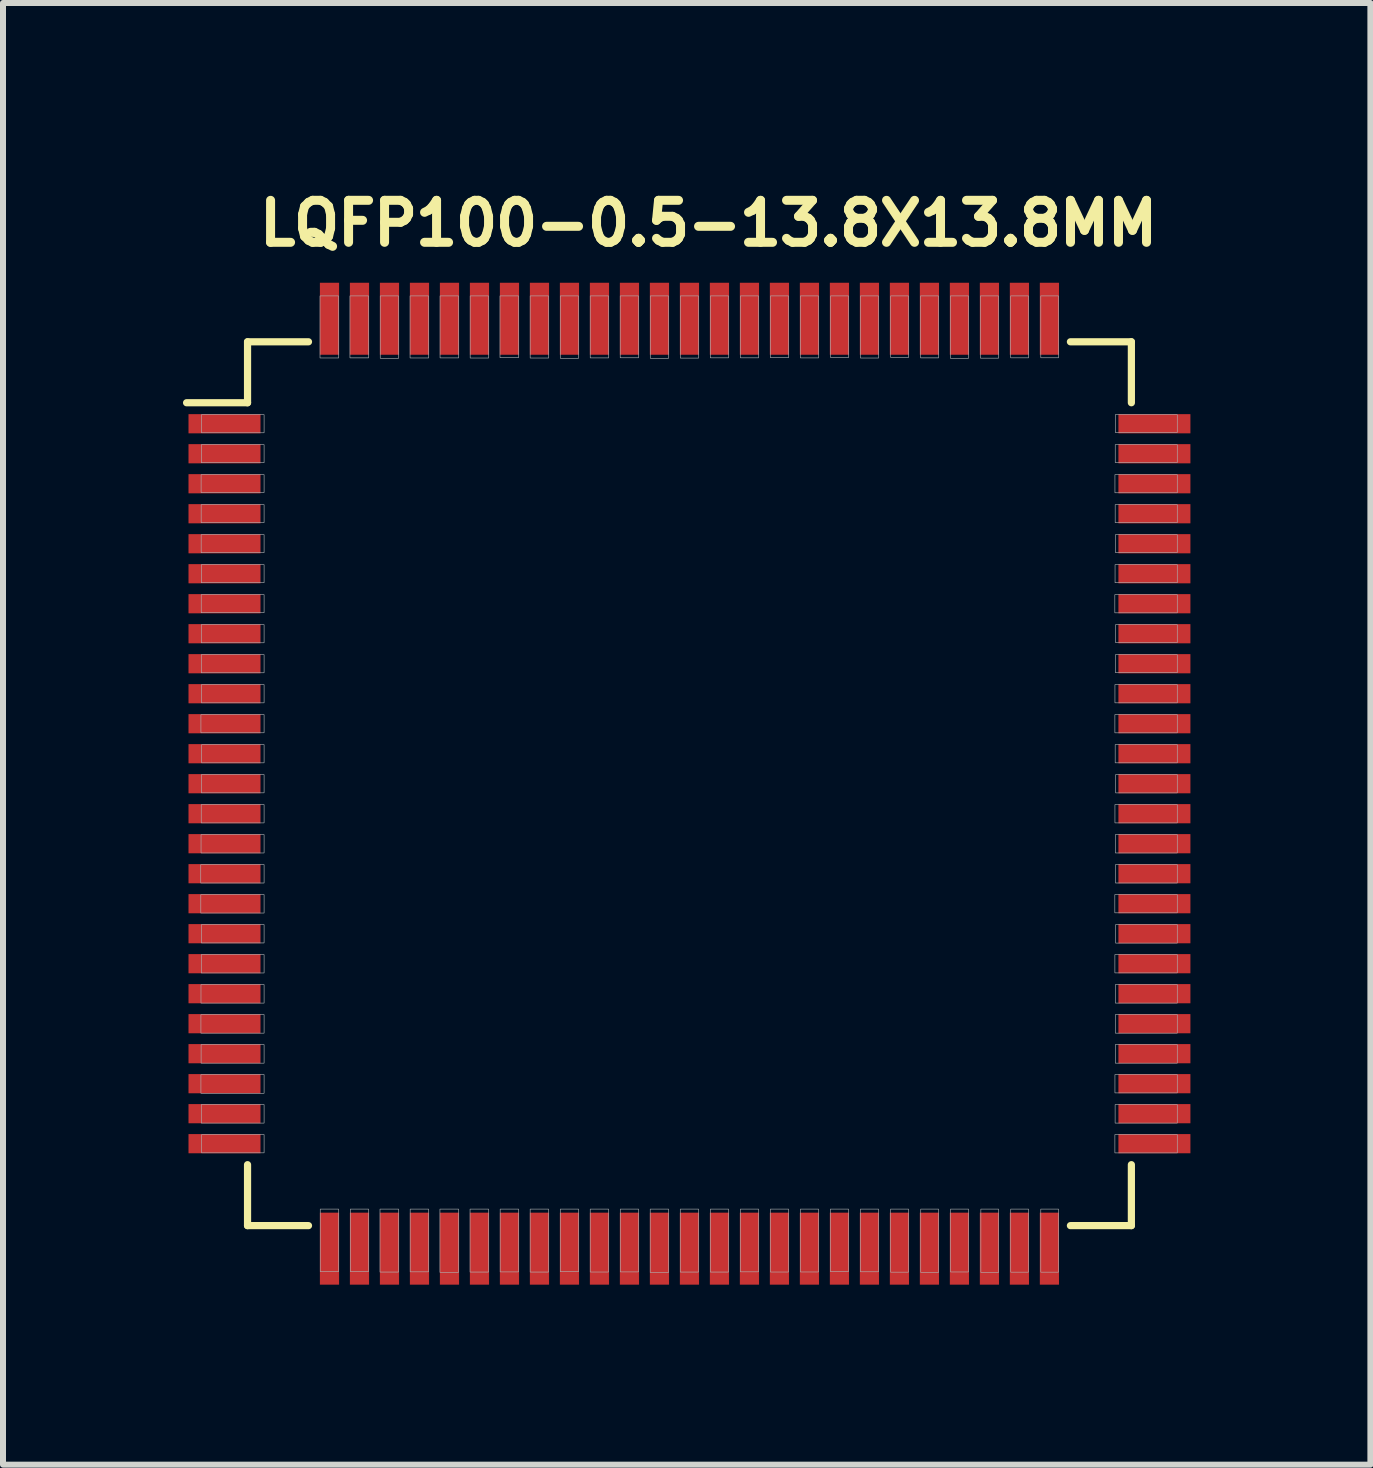
<source format=kicad_pcb>
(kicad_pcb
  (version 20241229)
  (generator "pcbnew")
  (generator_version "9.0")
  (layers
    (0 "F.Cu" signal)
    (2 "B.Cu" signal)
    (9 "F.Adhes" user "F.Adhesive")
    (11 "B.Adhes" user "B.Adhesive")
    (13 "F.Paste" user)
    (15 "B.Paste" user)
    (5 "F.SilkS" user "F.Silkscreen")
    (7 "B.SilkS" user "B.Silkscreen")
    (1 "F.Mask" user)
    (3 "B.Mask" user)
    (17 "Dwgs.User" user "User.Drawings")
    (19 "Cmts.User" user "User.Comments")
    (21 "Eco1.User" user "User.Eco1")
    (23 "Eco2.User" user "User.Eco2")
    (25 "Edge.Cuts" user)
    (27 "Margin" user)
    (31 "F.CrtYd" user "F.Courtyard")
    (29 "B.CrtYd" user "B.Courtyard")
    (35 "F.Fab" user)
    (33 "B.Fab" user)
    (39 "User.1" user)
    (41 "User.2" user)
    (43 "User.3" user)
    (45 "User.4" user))
  (footprint "LQFP100-0.5-13.8X13.8MM"
    (layer "F.Cu")
    (at 8.442 10.013)
    (property "Reference" "LQFP100-0.5-13.8X13.8MM" (at 0.318 -9.34 0) (layer "F.SilkS") (effects (font (size 0.7 0.7) (thickness 0.15))))
    (attr through_hole)
    (fp_line (start -7.366 -7.366) (end -7.366 -6.35) (stroke (width 0.12) (type solid)) (layer "F.SilkS"))
    (fp_line (start -7.366 -6.35) (end -8.382 -6.35) (stroke (width 0.12) (type solid)) (layer "F.SilkS"))
    (fp_line (start -7.366 6.35) (end -7.366 7.366) (stroke (width 0.12) (type solid)) (layer "F.SilkS"))
    (fp_line (start -6.35 -7.366) (end -7.366 -7.366) (stroke (width 0.12) (type solid)) (layer "F.SilkS"))
    (fp_line (start -6.35 7.366) (end -7.366 7.366) (stroke (width 0.12) (type solid)) (layer "F.SilkS"))
    (fp_line (start 6.35 7.366) (end 7.366 7.366) (stroke (width 0.12) (type solid)) (layer "F.SilkS"))
    (fp_line (start 7.366 -7.366) (end 6.35 -7.366) (stroke (width 0.12) (type solid)) (layer "F.SilkS"))
    (fp_line (start 7.366 -6.35) (end 7.366 -7.366) (stroke (width 0.12) (type solid)) (layer "F.SilkS"))
    (fp_line (start 7.366 7.366) (end 7.366 6.35) (stroke (width 0.12) (type solid)) (layer "F.SilkS"))
    (fp_poly (pts (xy -8.146 1.348) (xy -7.09 1.348) (xy -7.09 1.655) (xy -8.146 1.655)) (stroke (width 0.01) (type solid)) (fill no) (layer "F.Fab"))
    (fp_poly (pts (xy -8.145 1.848) (xy -7.09 1.848) (xy -7.09 2.156) (xy -8.145 2.156)) (stroke (width 0.01) (type solid)) (fill no) (layer "F.Fab"))
    (fp_poly (pts (xy -8.143 -1.152) (xy -7.09 -1.152) (xy -7.09 -0.849) (xy -8.143 -0.849)) (stroke (width 0.01) (type solid)) (fill no) (layer "F.Fab"))
    (fp_poly (pts (xy -8.143 4.848) (xy -7.09 4.848) (xy -7.09 5.16) (xy -8.143 5.16)) (stroke (width 0.01) (type solid)) (fill no) (layer "F.Fab"))
    (fp_poly (pts (xy -8.143 3.848) (xy -7.09 3.848) (xy -7.09 4.158) (xy -8.143 4.158)) (stroke (width 0.01) (type solid)) (fill no) (layer "F.Fab"))
    (fp_poly (pts (xy -8.142 3.348) (xy -7.09 3.348) (xy -7.09 3.657) (xy -8.142 3.657)) (stroke (width 0.01) (type solid)) (fill no) (layer "F.Fab"))
    (fp_poly (pts (xy -8.141 0.848) (xy -7.09 0.848) (xy -7.09 1.154) (xy -8.141 1.154)) (stroke (width 0.01) (type solid)) (fill no) (layer "F.Fab"))
    (fp_poly (pts (xy -8.14 -5.152) (xy -7.09 -5.152) (xy -7.09 -4.853) (xy -8.14 -4.853)) (stroke (width 0.01) (type solid)) (fill no) (layer "F.Fab"))
    (fp_poly (pts (xy -8.14 4.348) (xy -7.09 4.348) (xy -7.09 4.658) (xy -8.14 4.658)) (stroke (width 0.01) (type solid)) (fill no) (layer "F.Fab"))
    (fp_poly (pts (xy -8.139 -4.652) (xy -7.09 -4.652) (xy -7.09 -4.352) (xy -8.139 -4.352)) (stroke (width 0.01) (type solid)) (fill no) (layer "F.Fab"))
    (fp_poly (pts (xy -8.139 -4.152) (xy -7.09 -4.152) (xy -7.09 -3.851) (xy -8.139 -3.851)) (stroke (width 0.01) (type solid)) (fill no) (layer "F.Fab"))
    (fp_poly (pts (xy -8.138 -3.152) (xy -7.09 -3.152) (xy -7.09 -2.85) (xy -8.138 -2.85)) (stroke (width 0.01) (type solid)) (fill no) (layer "F.Fab"))
    (fp_poly (pts (xy -8.138 0.348) (xy -7.09 0.348) (xy -7.09 0.653) (xy -8.138 0.653)) (stroke (width 0.01) (type solid)) (fill no) (layer "F.Fab"))
    (fp_poly (pts (xy -8.137 5.348) (xy -7.09 5.348) (xy -7.09 5.657) (xy -8.137 5.657)) (stroke (width 0.01) (type solid)) (fill no) (layer "F.Fab"))
    (fp_poly (pts (xy -8.137 2.848) (xy -7.09 2.848) (xy -7.09 3.155) (xy -8.137 3.155)) (stroke (width 0.01) (type solid)) (fill no) (layer "F.Fab"))
    (fp_poly (pts (xy -8.137 -2.152) (xy -7.09 -2.152) (xy -7.09 -1.849) (xy -8.137 -1.849)) (stroke (width 0.01) (type solid)) (fill no) (layer "F.Fab"))
    (fp_poly (pts (xy -8.137 -2.652) (xy -7.09 -2.652) (xy -7.09 -2.349) (xy -8.137 -2.349)) (stroke (width 0.01) (type solid)) (fill no) (layer "F.Fab"))
    (fp_poly (pts (xy -8.136 -5.652) (xy -7.09 -5.652) (xy -7.09 -5.351) (xy -8.136 -5.351)) (stroke (width 0.01) (type solid)) (fill no) (layer "F.Fab"))
    (fp_poly (pts (xy -8.136 -3.652) (xy -7.09 -3.652) (xy -7.09 -3.35) (xy -8.136 -3.35)) (stroke (width 0.01) (type solid)) (fill no) (layer "F.Fab"))
    (fp_poly (pts (xy -8.135 2.348) (xy -7.09 2.348) (xy -7.09 2.654) (xy -8.135 2.654)) (stroke (width 0.01) (type solid)) (fill no) (layer "F.Fab"))
    (fp_poly (pts (xy -8.135 -0.152) (xy -7.09 -0.152) (xy -7.09 0.152) (xy -8.135 0.152)) (stroke (width 0.01) (type solid)) (fill no) (layer "F.Fab"))
    (fp_poly (pts (xy -8.134 -6.152) (xy -7.09 -6.152) (xy -7.09 -5.85) (xy -8.134 -5.85)) (stroke (width 0.01) (type solid)) (fill no) (layer "F.Fab"))
    (fp_poly (pts (xy -8.134 -1.652) (xy -7.09 -1.652) (xy -7.09 -1.348) (xy -8.134 -1.348)) (stroke (width 0.01) (type solid)) (fill no) (layer "F.Fab"))
    (fp_poly (pts (xy -8.132 5.848) (xy -7.09 5.848) (xy -7.09 6.153) (xy -8.132 6.153)) (stroke (width 0.01) (type solid)) (fill no) (layer "F.Fab"))
    (fp_poly (pts (xy -8.131 -0.652) (xy -7.09 -0.652) (xy -7.09 -0.348) (xy -8.131 -0.348)) (stroke (width 0.01) (type solid)) (fill no) (layer "F.Fab"))
    (fp_poly (pts (xy -6.158 -8.131) (xy -5.848 -8.131) (xy -5.848 -7.096) (xy -6.158 -7.096)) (stroke (width 0.01) (type solid)) (fill no) (layer "F.Fab"))
    (fp_poly (pts (xy -6.154 7.09) (xy -5.848 7.09) (xy -5.848 8.133) (xy -6.154 8.133)) (stroke (width 0.01) (type solid)) (fill no) (layer "F.Fab"))
    (fp_poly (pts (xy -5.659 -8.131) (xy -5.348 -8.131) (xy -5.348 -7.098) (xy -5.659 -7.098)) (stroke (width 0.01) (type solid)) (fill no) (layer "F.Fab"))
    (fp_poly (pts (xy -5.653 7.09) (xy -5.348 7.09) (xy -5.348 8.132) (xy -5.653 8.132)) (stroke (width 0.01) (type solid)) (fill no) (layer "F.Fab"))
    (fp_poly (pts (xy -5.158 7.09) (xy -4.848 7.09) (xy -4.848 8.14) (xy -5.158 8.14)) (stroke (width 0.01) (type solid)) (fill no) (layer "F.Fab"))
    (fp_poly (pts (xy -5.154 -8.131) (xy -4.848 -8.131) (xy -4.848 -7.091) (xy -5.154 -7.091)) (stroke (width 0.01) (type solid)) (fill no) (layer "F.Fab"))
    (fp_poly (pts (xy -4.657 -8.131) (xy -4.348 -8.131) (xy -4.348 -7.096) (xy -4.657 -7.096)) (stroke (width 0.01) (type solid)) (fill no) (layer "F.Fab"))
    (fp_poly (pts (xy -4.655 7.09) (xy -4.348 7.09) (xy -4.348 8.136) (xy -4.655 8.136)) (stroke (width 0.01) (type solid)) (fill no) (layer "F.Fab"))
    (fp_poly (pts (xy -4.159 7.09) (xy -3.848 7.09) (xy -3.848 8.145) (xy -4.159 8.145)) (stroke (width 0.01) (type solid)) (fill no) (layer "F.Fab"))
    (fp_poly (pts (xy -4.157 -8.131) (xy -3.848 -8.131) (xy -3.848 -7.097) (xy -4.157 -7.097)) (stroke (width 0.01) (type solid)) (fill no) (layer "F.Fab"))
    (fp_poly (pts (xy -3.657 7.09) (xy -3.348 7.09) (xy -3.348 8.14) (xy -3.657 8.14)) (stroke (width 0.01) (type solid)) (fill no) (layer "F.Fab"))
    (fp_poly (pts (xy -3.655 -8.131) (xy -3.348 -8.131) (xy -3.348 -7.095) (xy -3.655 -7.095)) (stroke (width 0.01) (type solid)) (fill no) (layer "F.Fab"))
    (fp_poly (pts (xy -3.158 -8.131) (xy -2.848 -8.131) (xy -2.848 -7.102) (xy -3.158 -7.102)) (stroke (width 0.01) (type solid)) (fill no) (layer "F.Fab"))
    (fp_poly (pts (xy -3.155 7.09) (xy -2.848 7.09) (xy -2.848 8.137) (xy -3.155 8.137)) (stroke (width 0.01) (type solid)) (fill no) (layer "F.Fab"))
    (fp_poly (pts (xy -2.655 7.09) (xy -2.348 7.09) (xy -2.348 8.14) (xy -2.655 8.14)) (stroke (width 0.01) (type solid)) (fill no) (layer "F.Fab"))
    (fp_poly (pts (xy -2.655 -8.131) (xy -2.348 -8.131) (xy -2.348 -7.095) (xy -2.655 -7.095)) (stroke (width 0.01) (type solid)) (fill no) (layer "F.Fab"))
    (fp_poly (pts (xy -2.153 7.09) (xy -1.848 7.09) (xy -1.848 8.134) (xy -2.153 8.134)) (stroke (width 0.01) (type solid)) (fill no) (layer "F.Fab"))
    (fp_poly (pts (xy -2.153 -8.131) (xy -1.848 -8.131) (xy -1.848 -7.091) (xy -2.153 -7.091)) (stroke (width 0.01) (type solid)) (fill no) (layer "F.Fab"))
    (fp_poly (pts (xy -1.654 7.09) (xy -1.348 7.09) (xy -1.348 8.139) (xy -1.654 8.139)) (stroke (width 0.01) (type solid)) (fill no) (layer "F.Fab"))
    (fp_poly (pts (xy -1.654 -8.131) (xy -1.348 -8.131) (xy -1.348 -7.097) (xy -1.654 -7.097)) (stroke (width 0.01) (type solid)) (fill no) (layer "F.Fab"))
    (fp_poly (pts (xy -1.154 -8.131) (xy -0.848 -8.131) (xy -0.848 -7.1) (xy -1.154 -7.1)) (stroke (width 0.01) (type solid)) (fill no) (layer "F.Fab"))
    (fp_poly (pts (xy -1.153 7.09) (xy -0.848 7.09) (xy -0.848 8.137) (xy -1.153 8.137)) (stroke (width 0.01) (type solid)) (fill no) (layer "F.Fab"))
    (fp_poly (pts (xy -0.654 7.09) (xy -0.348 7.09) (xy -0.348 8.147) (xy -0.654 8.147)) (stroke (width 0.01) (type solid)) (fill no) (layer "F.Fab"))
    (fp_poly (pts (xy -0.653 -8.131) (xy -0.348 -8.131) (xy -0.348 -7.091) (xy -0.653 -7.091)) (stroke (width 0.01) (type solid)) (fill no) (layer "F.Fab"))
    (fp_poly (pts (xy -0.153 7.09) (xy 0.152 7.09) (xy 0.152 8.14) (xy -0.153 8.14)) (stroke (width 0.01) (type solid)) (fill no) (layer "F.Fab"))
    (fp_poly (pts (xy -0.152 -8.131) (xy 0.152 -8.131) (xy 0.152 -7.094) (xy -0.152 -7.094)) (stroke (width 0.01) (type solid)) (fill no) (layer "F.Fab"))
    (fp_poly (pts (xy 0.348 7.09) (xy 0.652 7.09) (xy 0.652 8.14) (xy 0.348 8.14)) (stroke (width 0.01) (type solid)) (fill no) (layer "F.Fab"))
    (fp_poly (pts (xy 0.348 -8.131) (xy 0.652 -8.131) (xy 0.652 -7.099) (xy 0.348 -7.099)) (stroke (width 0.01) (type solid)) (fill no) (layer "F.Fab"))
    (fp_poly (pts (xy 0.848 7.09) (xy 1.152 7.09) (xy 1.152 8.136) (xy 0.848 8.136)) (stroke (width 0.01) (type solid)) (fill no) (layer "F.Fab"))
    (fp_poly (pts (xy 0.849 -8.131) (xy 1.152 -8.131) (xy 1.152 -7.099) (xy 0.849 -7.099)) (stroke (width 0.01) (type solid)) (fill no) (layer "F.Fab"))
    (fp_poly (pts (xy 1.349 7.09) (xy 1.652 7.09) (xy 1.652 8.139) (xy 1.349 8.139)) (stroke (width 0.01) (type solid)) (fill no) (layer "F.Fab"))
    (fp_poly (pts (xy 1.35 -8.131) (xy 1.652 -8.131) (xy 1.652 -7.101) (xy 1.35 -7.101)) (stroke (width 0.01) (type solid)) (fill no) (layer "F.Fab"))
    (fp_poly (pts (xy 1.849 7.09) (xy 2.152 7.09) (xy 2.152 8.138) (xy 1.849 8.138)) (stroke (width 0.01) (type solid)) (fill no) (layer "F.Fab"))
    (fp_poly (pts (xy 1.849 -8.131) (xy 2.152 -8.131) (xy 2.152 -7.097) (xy 1.849 -7.097)) (stroke (width 0.01) (type solid)) (fill no) (layer "F.Fab"))
    (fp_poly (pts (xy 2.348 7.09) (xy 2.652 7.09) (xy 2.652 8.132) (xy 2.348 8.132)) (stroke (width 0.01) (type solid)) (fill no) (layer "F.Fab"))
    (fp_poly (pts (xy 2.352 -8.131) (xy 2.652 -8.131) (xy 2.652 -7.103) (xy 2.352 -7.103)) (stroke (width 0.01) (type solid)) (fill no) (layer "F.Fab"))
    (fp_poly (pts (xy 2.849 7.09) (xy 3.152 7.09) (xy 3.152 8.135) (xy 2.849 8.135)) (stroke (width 0.01) (type solid)) (fill no) (layer "F.Fab"))
    (fp_poly (pts (xy 2.85 -8.131) (xy 3.152 -8.131) (xy 3.152 -7.095) (xy 2.85 -7.095)) (stroke (width 0.01) (type solid)) (fill no) (layer "F.Fab"))
    (fp_poly (pts (xy 3.352 7.09) (xy 3.652 7.09) (xy 3.652 8.142) (xy 3.352 8.142)) (stroke (width 0.01) (type solid)) (fill no) (layer "F.Fab"))
    (fp_poly (pts (xy 3.354 -8.131) (xy 3.652 -8.131) (xy 3.652 -7.104) (xy 3.354 -7.104)) (stroke (width 0.01) (type solid)) (fill no) (layer "F.Fab"))
    (fp_poly (pts (xy 3.852 -8.131) (xy 4.152 -8.131) (xy 4.152 -7.098) (xy 3.852 -7.098)) (stroke (width 0.01) (type solid)) (fill no) (layer "F.Fab"))
    (fp_poly (pts (xy 3.855 7.09) (xy 4.152 7.09) (xy 4.152 8.147) (xy 3.855 8.147)) (stroke (width 0.01) (type solid)) (fill no) (layer "F.Fab"))
    (fp_poly (pts (xy 4.349 -8.131) (xy 4.652 -8.131) (xy 4.652 -7.091) (xy 4.349 -7.091)) (stroke (width 0.01) (type solid)) (fill no) (layer "F.Fab"))
    (fp_poly (pts (xy 4.351 7.09) (xy 4.652 7.09) (xy 4.652 8.138) (xy 4.351 8.138)) (stroke (width 0.01) (type solid)) (fill no) (layer "F.Fab"))
    (fp_poly (pts (xy 4.85 -8.131) (xy 5.152 -8.131) (xy 5.152 -7.093) (xy 4.85 -7.093)) (stroke (width 0.01) (type solid)) (fill no) (layer "F.Fab"))
    (fp_poly (pts (xy 4.857 7.09) (xy 5.152 7.09) (xy 5.152 8.147) (xy 4.857 8.147)) (stroke (width 0.01) (type solid)) (fill no) (layer "F.Fab"))
    (fp_poly (pts (xy 5.354 -8.131) (xy 5.652 -8.131) (xy 5.652 -7.099) (xy 5.354 -7.099)) (stroke (width 0.01) (type solid)) (fill no) (layer "F.Fab"))
    (fp_poly (pts (xy 5.355 7.09) (xy 5.652 7.09) (xy 5.652 8.142) (xy 5.355 8.142)) (stroke (width 0.01) (type solid)) (fill no) (layer "F.Fab"))
    (fp_poly (pts (xy 5.856 7.09) (xy 6.152 7.09) (xy 6.152 8.142) (xy 5.856 8.142)) (stroke (width 0.01) (type solid)) (fill no) (layer "F.Fab"))
    (fp_poly (pts (xy 5.856 -8.131) (xy 6.152 -8.131) (xy 6.152 -7.1) (xy 5.856 -7.1)) (stroke (width 0.01) (type solid)) (fill no) (layer "F.Fab"))
    (fp_poly (pts (xy 7.09 1.848) (xy 8.131 1.848) (xy 8.131 2.152) (xy 7.09 2.152)) (stroke (width 0.01) (type solid)) (fill no) (layer "F.Fab"))
    (fp_poly (pts (xy 7.09 -3.152) (xy 8.131 -3.152) (xy 8.131 -2.848) (xy 7.09 -2.848)) (stroke (width 0.01) (type solid)) (fill no) (layer "F.Fab"))
    (fp_poly (pts (xy 7.091 -1.152) (xy 8.131 -1.152) (xy 8.131 -0.848) (xy 7.091 -0.848)) (stroke (width 0.01) (type solid)) (fill no) (layer "F.Fab"))
    (fp_poly (pts (xy 7.091 5.848) (xy 8.131 5.848) (xy 8.131 6.154) (xy 7.091 6.154)) (stroke (width 0.01) (type solid)) (fill no) (layer "F.Fab"))
    (fp_poly (pts (xy 7.091 2.848) (xy 8.131 2.848) (xy 8.131 3.153) (xy 7.091 3.153)) (stroke (width 0.01) (type solid)) (fill no) (layer "F.Fab"))
    (fp_poly (pts (xy 7.092 4.848) (xy 8.131 4.848) (xy 8.131 5.154) (xy 7.092 5.154)) (stroke (width 0.01) (type solid)) (fill no) (layer "F.Fab"))
    (fp_poly (pts (xy 7.092 0.348) (xy 8.131 0.348) (xy 8.131 0.653) (xy 7.092 0.653)) (stroke (width 0.01) (type solid)) (fill no) (layer "F.Fab"))
    (fp_poly (pts (xy 7.092 -5.152) (xy 8.131 -5.152) (xy 8.131 -4.849) (xy 7.092 -4.849)) (stroke (width 0.01) (type solid)) (fill no) (layer "F.Fab"))
    (fp_poly (pts (xy 7.092 -1.652) (xy 8.131 -1.652) (xy 8.131 -1.348) (xy 7.092 -1.348)) (stroke (width 0.01) (type solid)) (fill no) (layer "F.Fab"))
    (fp_poly (pts (xy 7.094 -3.652) (xy 8.131 -3.652) (xy 8.131 -3.35) (xy 7.094 -3.35)) (stroke (width 0.01) (type solid)) (fill no) (layer "F.Fab"))
    (fp_poly (pts (xy 7.095 5.348) (xy 8.131 5.348) (xy 8.131 5.657) (xy 7.095 5.657)) (stroke (width 0.01) (type solid)) (fill no) (layer "F.Fab"))
    (fp_poly (pts (xy 7.096 -0.652) (xy 8.131 -0.652) (xy 8.131 -0.348) (xy 7.096 -0.348)) (stroke (width 0.01) (type solid)) (fill no) (layer "F.Fab"))
    (fp_poly (pts (xy 7.096 -4.652) (xy 8.131 -4.652) (xy 8.131 -4.352) (xy 7.096 -4.352)) (stroke (width 0.01) (type solid)) (fill no) (layer "F.Fab"))
    (fp_poly (pts (xy 7.097 -5.652) (xy 8.131 -5.652) (xy 8.131 -5.353) (xy 7.097 -5.353)) (stroke (width 0.01) (type solid)) (fill no) (layer "F.Fab"))
    (fp_poly (pts (xy 7.098 -6.152) (xy 8.131 -6.152) (xy 8.131 -5.854) (xy 7.098 -5.854)) (stroke (width 0.01) (type solid)) (fill no) (layer "F.Fab"))
    (fp_poly (pts (xy 7.098 4.348) (xy 8.131 4.348) (xy 8.131 4.658) (xy 7.098 4.658)) (stroke (width 0.01) (type solid)) (fill no) (layer "F.Fab"))
    (fp_poly (pts (xy 7.099 0.848) (xy 8.131 0.848) (xy 8.131 1.154) (xy 7.099 1.154)) (stroke (width 0.01) (type solid)) (fill no) (layer "F.Fab"))
    (fp_poly (pts (xy 7.099 3.348) (xy 8.131 3.348) (xy 8.131 3.657) (xy 7.099 3.657)) (stroke (width 0.01) (type solid)) (fill no) (layer "F.Fab"))
    (fp_poly (pts (xy 7.099 3.848) (xy 8.131 3.848) (xy 8.131 4.158) (xy 7.099 4.158)) (stroke (width 0.01) (type solid)) (fill no) (layer "F.Fab"))
    (fp_poly (pts (xy 7.1 -2.152) (xy 8.131 -2.152) (xy 8.131 -1.85) (xy 7.1 -1.85)) (stroke (width 0.01) (type solid)) (fill no) (layer "F.Fab"))
    (fp_poly (pts (xy 7.1 -4.152) (xy 8.131 -4.152) (xy 8.131 -3.853) (xy 7.1 -3.853)) (stroke (width 0.01) (type solid)) (fill no) (layer "F.Fab"))
    (fp_poly (pts (xy 7.101 1.348) (xy 8.131 1.348) (xy 8.131 1.655) (xy 7.101 1.655)) (stroke (width 0.01) (type solid)) (fill no) (layer "F.Fab"))
    (fp_poly (pts (xy 7.102 -2.652) (xy 8.131 -2.652) (xy 8.131 -2.352) (xy 7.102 -2.352)) (stroke (width 0.01) (type solid)) (fill no) (layer "F.Fab"))
    (fp_poly (pts (xy 7.103 2.348) (xy 8.131 2.348) (xy 8.131 2.657) (xy 7.103 2.657)) (stroke (width 0.01) (type solid)) (fill no) (layer "F.Fab"))
    (fp_poly (pts (xy 7.103 -0.152) (xy 8.131 -0.152) (xy 8.131 0.153) (xy 7.103 0.153)) (stroke (width 0.01) (type solid)) (fill no) (layer "F.Fab"))
    (pad "1" smd rect (at -7.75 -6) (size 1.2 0.32) (layers "F.Cu" "F.Mask" "F.Paste"))
    (pad "2" smd rect (at -7.75 -5.5) (size 1.2 0.32) (layers "F.Cu" "F.Mask" "F.Paste"))
    (pad "3" smd rect (at -7.75 -5) (size 1.2 0.32) (layers "F.Cu" "F.Mask" "F.Paste"))
    (pad "4" smd rect (at -7.75 -4.5) (size 1.2 0.32) (layers "F.Cu" "F.Mask" "F.Paste"))
    (pad "5" smd rect (at -7.75 -4) (size 1.2 0.32) (layers "F.Cu" "F.Mask" "F.Paste"))
    (pad "6" smd rect (at -7.75 -3.5) (size 1.2 0.32) (layers "F.Cu" "F.Mask" "F.Paste"))
    (pad "7" smd rect (at -7.75 -3) (size 1.2 0.32) (layers "F.Cu" "F.Mask" "F.Paste"))
    (pad "8" smd rect (at -7.75 -2.5) (size 1.2 0.32) (layers "F.Cu" "F.Mask" "F.Paste"))
    (pad "9" smd rect (at -7.75 -2) (size 1.2 0.32) (layers "F.Cu" "F.Mask" "F.Paste"))
    (pad "10" smd rect (at -7.75 -1.5) (size 1.2 0.32) (layers "F.Cu" "F.Mask" "F.Paste"))
    (pad "11" smd rect (at -7.75 -1) (size 1.2 0.32) (layers "F.Cu" "F.Mask" "F.Paste"))
    (pad "12" smd rect (at -7.75 -0.5) (size 1.2 0.32) (layers "F.Cu" "F.Mask" "F.Paste"))
    (pad "13" smd rect (at -7.75 0) (size 1.2 0.32) (layers "F.Cu" "F.Mask" "F.Paste"))
    (pad "14" smd rect (at -7.75 0.5) (size 1.2 0.32) (layers "F.Cu" "F.Mask" "F.Paste"))
    (pad "15" smd rect (at -7.75 1) (size 1.2 0.32) (layers "F.Cu" "F.Mask" "F.Paste"))
    (pad "16" smd rect (at -7.75 1.5) (size 1.2 0.32) (layers "F.Cu" "F.Mask" "F.Paste"))
    (pad "17" smd rect (at -7.75 2) (size 1.2 0.32) (layers "F.Cu" "F.Mask" "F.Paste"))
    (pad "18" smd rect (at -7.75 2.5) (size 1.2 0.32) (layers "F.Cu" "F.Mask" "F.Paste"))
    (pad "19" smd rect (at -7.75 3) (size 1.2 0.32) (layers "F.Cu" "F.Mask" "F.Paste"))
    (pad "20" smd rect (at -7.75 3.5) (size 1.2 0.32) (layers "F.Cu" "F.Mask" "F.Paste"))
    (pad "21" smd rect (at -7.75 4) (size 1.2 0.32) (layers "F.Cu" "F.Mask" "F.Paste"))
    (pad "22" smd rect (at -7.75 4.5) (size 1.2 0.32) (layers "F.Cu" "F.Mask" "F.Paste"))
    (pad "23" smd rect (at -7.75 5) (size 1.2 0.32) (layers "F.Cu" "F.Mask" "F.Paste"))
    (pad "24" smd rect (at -7.75 5.5) (size 1.2 0.32) (layers "F.Cu" "F.Mask" "F.Paste"))
    (pad "25" smd rect (at -7.75 6) (size 1.2 0.32) (layers "F.Cu" "F.Mask" "F.Paste"))
    (pad "26" smd rect (at -6 7.75) (size 0.32 1.2) (layers "F.Cu" "F.Mask" "F.Paste"))
    (pad "27" smd rect (at -5.5 7.75) (size 0.32 1.2) (layers "F.Cu" "F.Mask" "F.Paste"))
    (pad "28" smd rect (at -5 7.75) (size 0.32 1.2) (layers "F.Cu" "F.Mask" "F.Paste"))
    (pad "29" smd rect (at -4.5 7.75) (size 0.32 1.2) (layers "F.Cu" "F.Mask" "F.Paste"))
    (pad "30" smd rect (at -4 7.75) (size 0.32 1.2) (layers "F.Cu" "F.Mask" "F.Paste"))
    (pad "31" smd rect (at -3.5 7.75) (size 0.32 1.2) (layers "F.Cu" "F.Mask" "F.Paste"))
    (pad "32" smd rect (at -3 7.75) (size 0.32 1.2) (layers "F.Cu" "F.Mask" "F.Paste"))
    (pad "33" smd rect (at -2.5 7.75) (size 0.32 1.2) (layers "F.Cu" "F.Mask" "F.Paste"))
    (pad "34" smd rect (at -2 7.75) (size 0.32 1.2) (layers "F.Cu" "F.Mask" "F.Paste"))
    (pad "35" smd rect (at -1.5 7.75) (size 0.32 1.2) (layers "F.Cu" "F.Mask" "F.Paste"))
    (pad "36" smd rect (at -1 7.75) (size 0.32 1.2) (layers "F.Cu" "F.Mask" "F.Paste"))
    (pad "37" smd rect (at -0.5 7.75) (size 0.32 1.2) (layers "F.Cu" "F.Mask" "F.Paste"))
    (pad "38" smd rect (at 0 7.75) (size 0.32 1.2) (layers "F.Cu" "F.Mask" "F.Paste"))
    (pad "39" smd rect (at 0.5 7.75) (size 0.32 1.2) (layers "F.Cu" "F.Mask" "F.Paste"))
    (pad "40" smd rect (at 1 7.75) (size 0.32 1.2) (layers "F.Cu" "F.Mask" "F.Paste"))
    (pad "41" smd rect (at 1.5 7.75) (size 0.32 1.2) (layers "F.Cu" "F.Mask" "F.Paste"))
    (pad "42" smd rect (at 2 7.75) (size 0.32 1.2) (layers "F.Cu" "F.Mask" "F.Paste"))
    (pad "43" smd rect (at 2.5 7.75) (size 0.32 1.2) (layers "F.Cu" "F.Mask" "F.Paste"))
    (pad "44" smd rect (at 3 7.75) (size 0.32 1.2) (layers "F.Cu" "F.Mask" "F.Paste"))
    (pad "45" smd rect (at 3.5 7.75) (size 0.32 1.2) (layers "F.Cu" "F.Mask" "F.Paste"))
    (pad "46" smd rect (at 4 7.75) (size 0.32 1.2) (layers "F.Cu" "F.Mask" "F.Paste"))
    (pad "47" smd rect (at 4.5 7.75) (size 0.32 1.2) (layers "F.Cu" "F.Mask" "F.Paste"))
    (pad "48" smd rect (at 5 7.75) (size 0.32 1.2) (layers "F.Cu" "F.Mask" "F.Paste"))
    (pad "49" smd rect (at 5.5 7.75) (size 0.32 1.2) (layers "F.Cu" "F.Mask" "F.Paste"))
    (pad "50" smd rect (at 6 7.75) (size 0.32 1.2) (layers "F.Cu" "F.Mask" "F.Paste"))
    (pad "51" smd rect (at 7.75 6) (size 1.2 0.32) (layers "F.Cu" "F.Mask" "F.Paste"))
    (pad "52" smd rect (at 7.75 5.5) (size 1.2 0.32) (layers "F.Cu" "F.Mask" "F.Paste"))
    (pad "53" smd rect (at 7.75 5) (size 1.2 0.32) (layers "F.Cu" "F.Mask" "F.Paste"))
    (pad "54" smd rect (at 7.75 4.5) (size 1.2 0.32) (layers "F.Cu" "F.Mask" "F.Paste"))
    (pad "55" smd rect (at 7.75 4) (size 1.2 0.32) (layers "F.Cu" "F.Mask" "F.Paste"))
    (pad "56" smd rect (at 7.75 3.5) (size 1.2 0.32) (layers "F.Cu" "F.Mask" "F.Paste"))
    (pad "57" smd rect (at 7.75 3) (size 1.2 0.32) (layers "F.Cu" "F.Mask" "F.Paste"))
    (pad "58" smd rect (at 7.75 2.5) (size 1.2 0.32) (layers "F.Cu" "F.Mask" "F.Paste"))
    (pad "59" smd rect (at 7.75 2) (size 1.2 0.32) (layers "F.Cu" "F.Mask" "F.Paste"))
    (pad "60" smd rect (at 7.75 1.5) (size 1.2 0.32) (layers "F.Cu" "F.Mask" "F.Paste"))
    (pad "61" smd rect (at 7.75 1) (size 1.2 0.32) (layers "F.Cu" "F.Mask" "F.Paste"))
    (pad "62" smd rect (at 7.75 0.5) (size 1.2 0.32) (layers "F.Cu" "F.Mask" "F.Paste"))
    (pad "63" smd rect (at 7.75 0) (size 1.2 0.32) (layers "F.Cu" "F.Mask" "F.Paste"))
    (pad "64" smd rect (at 7.75 -0.5) (size 1.2 0.32) (layers "F.Cu" "F.Mask" "F.Paste"))
    (pad "65" smd rect (at 7.75 -1) (size 1.2 0.32) (layers "F.Cu" "F.Mask" "F.Paste"))
    (pad "66" smd rect (at 7.75 -1.5) (size 1.2 0.32) (layers "F.Cu" "F.Mask" "F.Paste"))
    (pad "67" smd rect (at 7.75 -2) (size 1.2 0.32) (layers "F.Cu" "F.Mask" "F.Paste"))
    (pad "68" smd rect (at 7.75 -2.5) (size 1.2 0.32) (layers "F.Cu" "F.Mask" "F.Paste"))
    (pad "69" smd rect (at 7.75 -3) (size 1.2 0.32) (layers "F.Cu" "F.Mask" "F.Paste"))
    (pad "70" smd rect (at 7.75 -3.5) (size 1.2 0.32) (layers "F.Cu" "F.Mask" "F.Paste"))
    (pad "71" smd rect (at 7.75 -4) (size 1.2 0.32) (layers "F.Cu" "F.Mask" "F.Paste"))
    (pad "72" smd rect (at 7.75 -4.5) (size 1.2 0.32) (layers "F.Cu" "F.Mask" "F.Paste"))
    (pad "73" smd rect (at 7.75 -5) (size 1.2 0.32) (layers "F.Cu" "F.Mask" "F.Paste"))
    (pad "74" smd rect (at 7.75 -5.5) (size 1.2 0.32) (layers "F.Cu" "F.Mask" "F.Paste"))
    (pad "75" smd rect (at 7.75 -6) (size 1.2 0.32) (layers "F.Cu" "F.Mask" "F.Paste"))
    (pad "76" smd rect (at 6 -7.75) (size 0.32 1.2) (layers "F.Cu" "F.Mask" "F.Paste"))
    (pad "77" smd rect (at 5.5 -7.75) (size 0.32 1.2) (layers "F.Cu" "F.Mask" "F.Paste"))
    (pad "78" smd rect (at 5 -7.75) (size 0.32 1.2) (layers "F.Cu" "F.Mask" "F.Paste"))
    (pad "79" smd rect (at 4.5 -7.75) (size 0.32 1.2) (layers "F.Cu" "F.Mask" "F.Paste"))
    (pad "80" smd rect (at 4 -7.75) (size 0.32 1.2) (layers "F.Cu" "F.Mask" "F.Paste"))
    (pad "81" smd rect (at 3.5 -7.75) (size 0.32 1.2) (layers "F.Cu" "F.Mask" "F.Paste"))
    (pad "82" smd rect (at 3 -7.75) (size 0.32 1.2) (layers "F.Cu" "F.Mask" "F.Paste"))
    (pad "83" smd rect (at 2.5 -7.75) (size 0.32 1.2) (layers "F.Cu" "F.Mask" "F.Paste"))
    (pad "84" smd rect (at 2 -7.75) (size 0.32 1.2) (layers "F.Cu" "F.Mask" "F.Paste"))
    (pad "85" smd rect (at 1.5 -7.75) (size 0.32 1.2) (layers "F.Cu" "F.Mask" "F.Paste"))
    (pad "86" smd rect (at 1 -7.75) (size 0.32 1.2) (layers "F.Cu" "F.Mask" "F.Paste"))
    (pad "87" smd rect (at 0.5 -7.75) (size 0.32 1.2) (layers "F.Cu" "F.Mask" "F.Paste"))
    (pad "88" smd rect (at 0 -7.75) (size 0.32 1.2) (layers "F.Cu" "F.Mask" "F.Paste"))
    (pad "89" smd rect (at -0.5 -7.75) (size 0.32 1.2) (layers "F.Cu" "F.Mask" "F.Paste"))
    (pad "90" smd rect (at -1 -7.75) (size 0.32 1.2) (layers "F.Cu" "F.Mask" "F.Paste"))
    (pad "91" smd rect (at -1.5 -7.75) (size 0.32 1.2) (layers "F.Cu" "F.Mask" "F.Paste"))
    (pad "92" smd rect (at -2 -7.75) (size 0.32 1.2) (layers "F.Cu" "F.Mask" "F.Paste"))
    (pad "93" smd rect (at -2.5 -7.75) (size 0.32 1.2) (layers "F.Cu" "F.Mask" "F.Paste"))
    (pad "94" smd rect (at -3 -7.75) (size 0.32 1.2) (layers "F.Cu" "F.Mask" "F.Paste"))
    (pad "95" smd rect (at -3.5 -7.75) (size 0.32 1.2) (layers "F.Cu" "F.Mask" "F.Paste"))
    (pad "96" smd rect (at -4 -7.75) (size 0.32 1.2) (layers "F.Cu" "F.Mask" "F.Paste"))
    (pad "97" smd rect (at -4.5 -7.75) (size 0.32 1.2) (layers "F.Cu" "F.Mask" "F.Paste"))
    (pad "98" smd rect (at -5 -7.75) (size 0.32 1.2) (layers "F.Cu" "F.Mask" "F.Paste"))
    (pad "99" smd rect (at -5.5 -7.75) (size 0.32 1.2) (layers "F.Cu" "F.Mask" "F.Paste"))
    (pad "100" smd rect (at -6 -7.75) (size 0.32 1.2) (layers "F.Cu" "F.Mask" "F.Paste")))
  (gr_rect
    (start -3 -3)
    (end 19.792 21.363)
    (stroke (width 0.1) (type default))
    (fill no)
    (layer "Edge.Cuts")))
</source>
